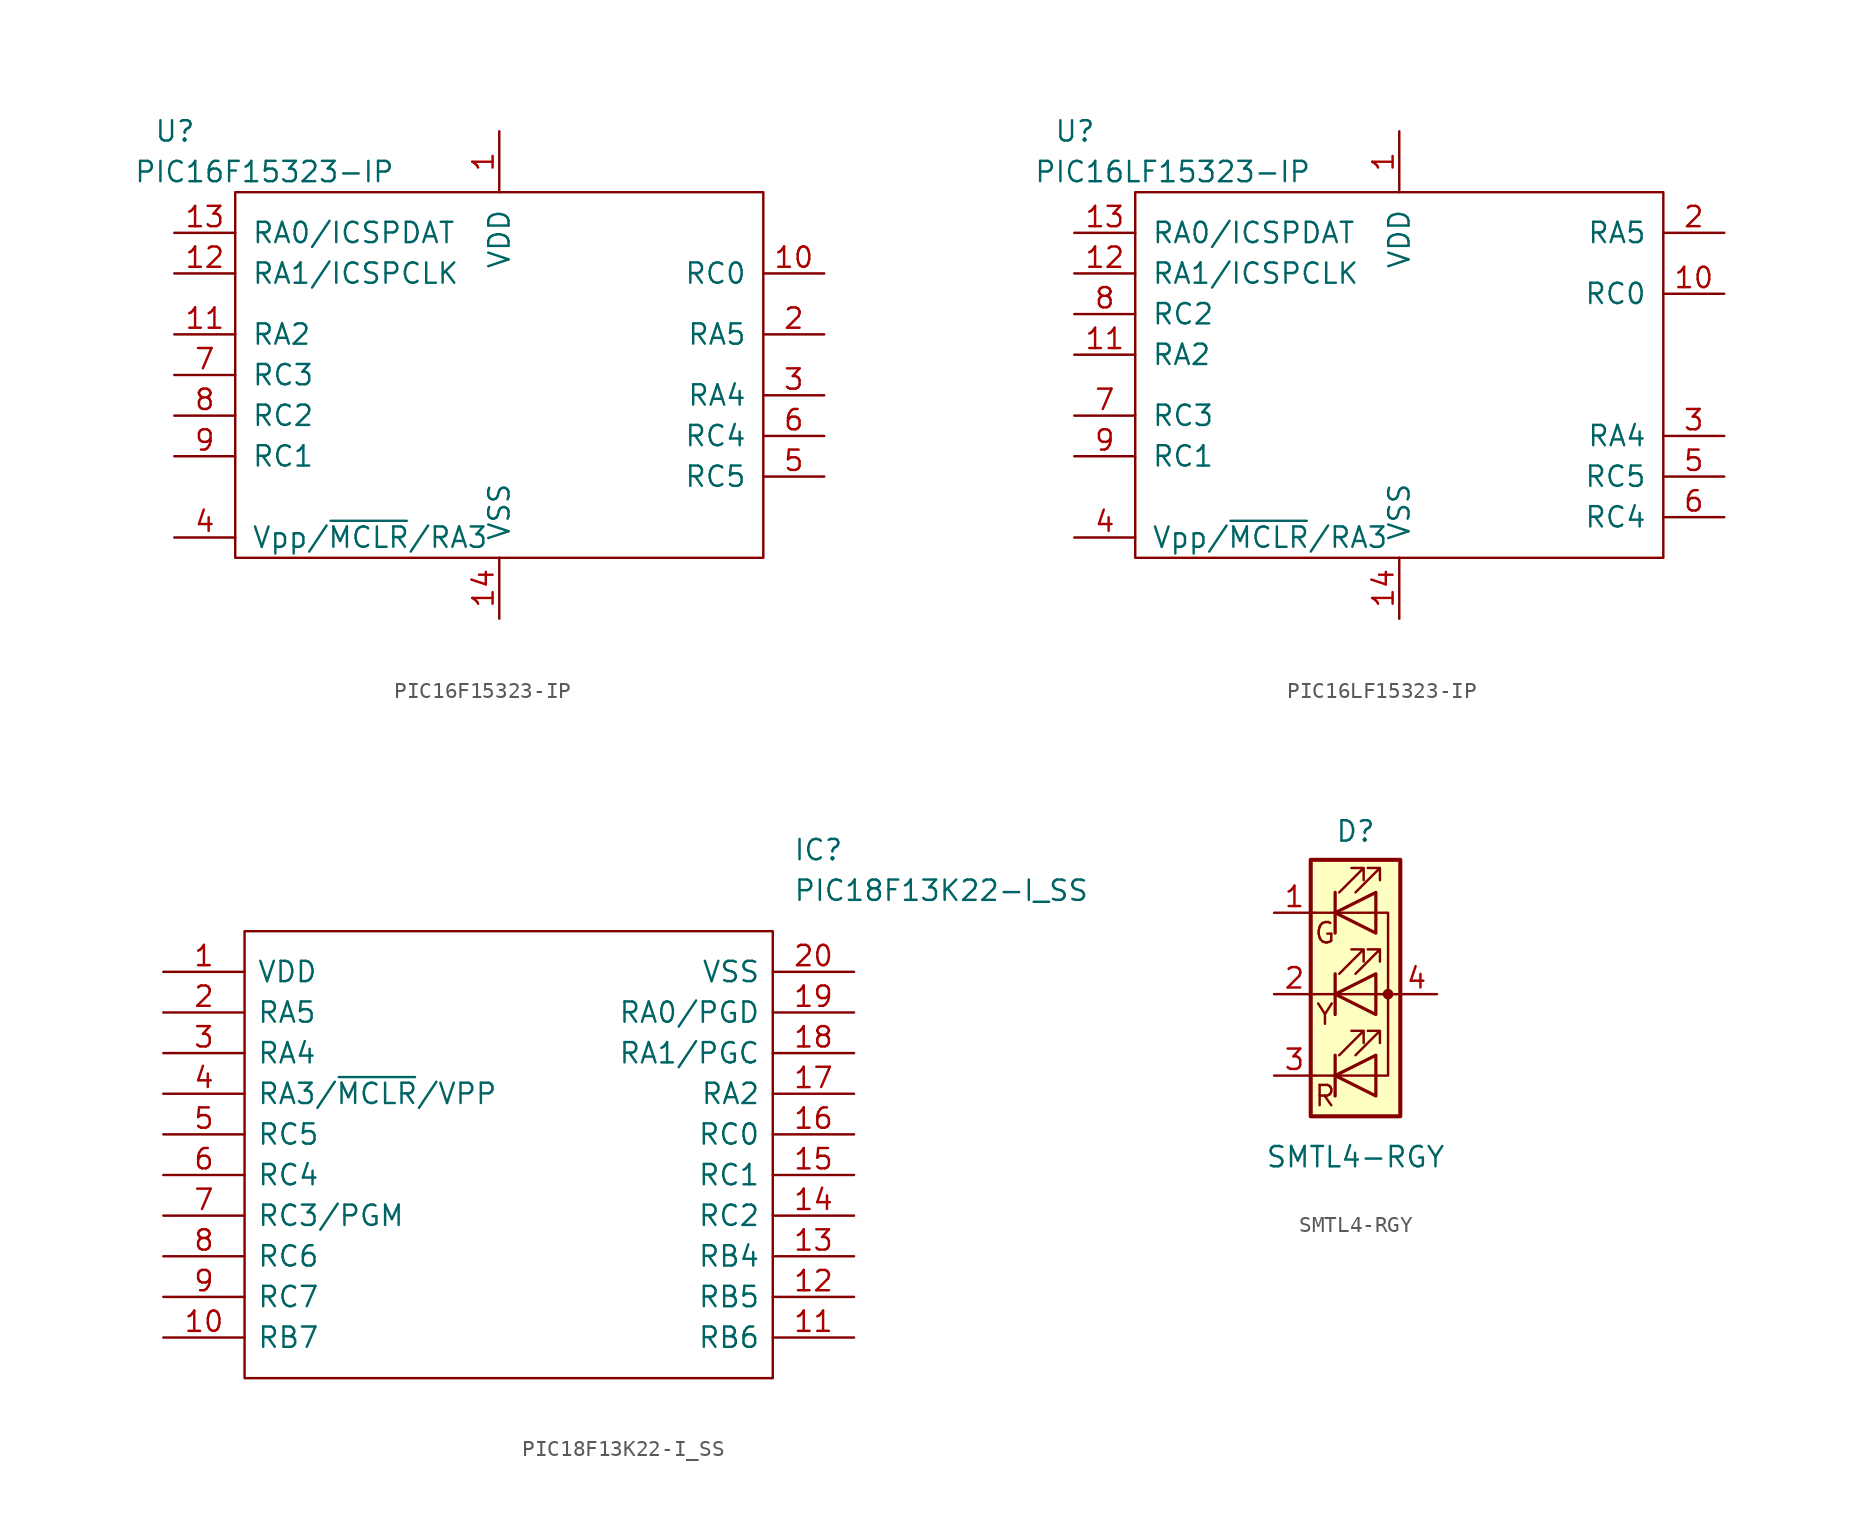
<source format=kicad_sym>
(kicad_symbol_lib
  (version 20211014)
  (generator kicad_symbol_editor)
  (symbol "PIC16F15323-IP"
    (pin_names
      (offset 1.016))
    (property "Reference" "U"
      (at -21.59 15.24 0)
      (effects (font (size 1.27 1.27)) (justify left)))
    (property "Value" "PIC16F15323-IP"
      (at -22.86 12.7 0)
      (effects (font (size 1.27 1.27)) (justify left)))
    (symbol "PIC16F15323-IP_0_1"
      (rectangle (start -16.51 11.43) (end 16.51 -11.43) (stroke (width 0) (type default) (color 0 0 0 0)) (fill (type none))))
    (symbol "PIC16F15323-IP_1_1"
      (pin power_in line (at 0 15.24 270) (length 3.81) (name "VDD" (effects (font (size 1.27 1.27)))) (number "1" (effects (font (size 1.27 1.27)))))
      (pin bidirectional line (at 20.32 6.35 180) (length 3.81) (name "RC0" (effects (font (size 1.27 1.27)))) (number "10" (effects (font (size 1.27 1.27)))))
      (pin bidirectional line (at -20.32 2.54 0) (length 3.81) (name "RA2" (effects (font (size 1.27 1.27)))) (number "11" (effects (font (size 1.27 1.27)))))
      (pin bidirectional line (at -20.32 6.35 0) (length 3.81) (name "RA1/ICSPCLK" (effects (font (size 1.27 1.27)))) (number "12" (effects (font (size 1.27 1.27)))))
      (pin bidirectional line (at -20.32 8.89 0) (length 3.81) (name "RA0/ICSPDAT" (effects (font (size 1.27 1.27)))) (number "13" (effects (font (size 1.27 1.27)))))
      (pin power_in line (at 0 -15.24 90) (length 3.81) (name "VSS" (effects (font (size 1.27 1.27)))) (number "14" (effects (font (size 1.27 1.27)))))
      (pin bidirectional line (at 20.32 2.54 180) (length 3.81) (name "RA5" (effects (font (size 1.27 1.27)))) (number "2" (effects (font (size 1.27 1.27)))))
      (pin bidirectional line (at 20.32 -1.27 180) (length 3.81) (name "RA4" (effects (font (size 1.27 1.27)))) (number "3" (effects (font (size 1.27 1.27)))))
      (pin input line (at -20.32 -10.16 0) (length 3.81) (name "Vpp/~{MCLR}/RA3" (effects (font (size 1.27 1.27)))) (number "4" (effects (font (size 1.27 1.27)))))
      (pin bidirectional line (at 20.32 -6.35 180) (length 3.81) (name "RC5" (effects (font (size 1.27 1.27)))) (number "5" (effects (font (size 1.27 1.27)))))
      (pin bidirectional line (at 20.32 -3.81 180) (length 3.81) (name "RC4" (effects (font (size 1.27 1.27)))) (number "6" (effects (font (size 1.27 1.27)))))
      (pin bidirectional line (at -20.32 0 0) (length 3.81) (name "RC3" (effects (font (size 1.27 1.27)))) (number "7" (effects (font (size 1.27 1.27)))))
      (pin bidirectional line (at -20.32 -2.54 0) (length 3.81) (name "RC2" (effects (font (size 1.27 1.27)))) (number "8" (effects (font (size 1.27 1.27)))))
      (pin bidirectional line (at -20.32 -5.08 0) (length 3.81) (name "RC1" (effects (font (size 1.27 1.27)))) (number "9" (effects (font (size 1.27 1.27)))))))
  (symbol "PIC16LF15323-IP"
    (pin_names
      (offset 1.016))
    (property "Reference" "U"
      (at -21.59 15.24 0)
      (effects (font (size 1.27 1.27)) (justify left)))
    (property "Value" "PIC16LF15323-IP"
      (at -22.86 12.7 0)
      (effects (font (size 1.27 1.27)) (justify left)))
    (symbol "PIC16LF15323-IP_0_1"
      (rectangle (start -16.51 11.43) (end 16.51 -11.43) (stroke (width 0) (type default) (color 0 0 0 0)) (fill (type none))))
    (symbol "PIC16LF15323-IP_1_1"
      (pin power_in line (at 0 15.24 270) (length 3.81) (name "VDD" (effects (font (size 1.27 1.27)))) (number "1" (effects (font (size 1.27 1.27)))))
      (pin bidirectional line (at 20.32 5.08 180) (length 3.81) (name "RC0" (effects (font (size 1.27 1.27)))) (number "10" (effects (font (size 1.27 1.27)))))
      (pin bidirectional line (at -20.32 1.27 0) (length 3.81) (name "RA2" (effects (font (size 1.27 1.27)))) (number "11" (effects (font (size 1.27 1.27)))))
      (pin bidirectional line (at -20.32 6.35 0) (length 3.81) (name "RA1/ICSPCLK" (effects (font (size 1.27 1.27)))) (number "12" (effects (font (size 1.27 1.27)))))
      (pin bidirectional line (at -20.32 8.89 0) (length 3.81) (name "RA0/ICSPDAT" (effects (font (size 1.27 1.27)))) (number "13" (effects (font (size 1.27 1.27)))))
      (pin power_in line (at 0 -15.24 90) (length 3.81) (name "VSS" (effects (font (size 1.27 1.27)))) (number "14" (effects (font (size 1.27 1.27)))))
      (pin bidirectional line (at 20.32 8.89 180) (length 3.81) (name "RA5" (effects (font (size 1.27 1.27)))) (number "2" (effects (font (size 1.27 1.27)))))
      (pin bidirectional line (at 20.32 -3.81 180) (length 3.81) (name "RA4" (effects (font (size 1.27 1.27)))) (number "3" (effects (font (size 1.27 1.27)))))
      (pin input line (at -20.32 -10.16 0) (length 3.81) (name "Vpp/~{MCLR}/RA3" (effects (font (size 1.27 1.27)))) (number "4" (effects (font (size 1.27 1.27)))))
      (pin bidirectional line (at 20.32 -6.35 180) (length 3.81) (name "RC5" (effects (font (size 1.27 1.27)))) (number "5" (effects (font (size 1.27 1.27)))))
      (pin bidirectional line (at 20.32 -8.89 180) (length 3.81) (name "RC4" (effects (font (size 1.27 1.27)))) (number "6" (effects (font (size 1.27 1.27)))))
      (pin bidirectional line (at -20.32 -2.54 0) (length 3.81) (name "RC3" (effects (font (size 1.27 1.27)))) (number "7" (effects (font (size 1.27 1.27)))))
      (pin bidirectional line (at -20.32 3.81 0) (length 3.81) (name "RC2" (effects (font (size 1.27 1.27)))) (number "8" (effects (font (size 1.27 1.27)))))
      (pin bidirectional line (at -20.32 -5.08 0) (length 3.81) (name "RC1" (effects (font (size 1.27 1.27)))) (number "9" (effects (font (size 1.27 1.27)))))))
  (symbol "PIC18F13K22-I_SS"
    (pin_names
      (offset 0.762))
    (property "Reference" "IC"
      (at 39.37 7.62 0)
      (effects (font (size 1.27 1.27)) (justify left)))
    (property "Value" "PIC18F13K22-I_SS"
      (at 39.37 5.08 0)
      (effects (font (size 1.27 1.27)) (justify left)))
    (symbol "PIC18F13K22-I_SS_0_0"
      (pin power_in line (at 0 0 0) (length 5.08) (name "VDD" (effects (font (size 1.27 1.27)))) (number "1" (effects (font (size 1.27 1.27)))))
      (pin bidirectional line (at 0 -22.86 0) (length 5.08) (name "RB7" (effects (font (size 1.27 1.27)))) (number "10" (effects (font (size 1.27 1.27)))))
      (pin bidirectional line (at 43.18 -22.86 180) (length 5.08) (name "RB6" (effects (font (size 1.27 1.27)))) (number "11" (effects (font (size 1.27 1.27)))))
      (pin bidirectional line (at 43.18 -20.32 180) (length 5.08) (name "RB5" (effects (font (size 1.27 1.27)))) (number "12" (effects (font (size 1.27 1.27)))))
      (pin bidirectional line (at 43.18 -17.78 180) (length 5.08) (name "RB4" (effects (font (size 1.27 1.27)))) (number "13" (effects (font (size 1.27 1.27)))))
      (pin bidirectional line (at 43.18 -15.24 180) (length 5.08) (name "RC2" (effects (font (size 1.27 1.27)))) (number "14" (effects (font (size 1.27 1.27)))))
      (pin bidirectional line (at 43.18 -12.7 180) (length 5.08) (name "RC1" (effects (font (size 1.27 1.27)))) (number "15" (effects (font (size 1.27 1.27)))))
      (pin bidirectional line (at 43.18 -10.16 180) (length 5.08) (name "RC0" (effects (font (size 1.27 1.27)))) (number "16" (effects (font (size 1.27 1.27)))))
      (pin bidirectional line (at 43.18 -7.62 180) (length 5.08) (name "RA2" (effects (font (size 1.27 1.27)))) (number "17" (effects (font (size 1.27 1.27)))))
      (pin bidirectional line (at 43.18 -5.08 180) (length 5.08) (name "RA1/PGC" (effects (font (size 1.27 1.27)))) (number "18" (effects (font (size 1.27 1.27)))))
      (pin bidirectional line (at 43.18 -2.54 180) (length 5.08) (name "RA0/PGD" (effects (font (size 1.27 1.27)))) (number "19" (effects (font (size 1.27 1.27)))))
      (pin bidirectional line (at 0 -2.54 0) (length 5.08) (name "RA5" (effects (font (size 1.27 1.27)))) (number "2" (effects (font (size 1.27 1.27)))))
      (pin power_in line (at 43.18 0 180) (length 5.08) (name "VSS" (effects (font (size 1.27 1.27)))) (number "20" (effects (font (size 1.27 1.27)))))
      (pin bidirectional line (at 0 -5.08 0) (length 5.08) (name "RA4" (effects (font (size 1.27 1.27)))) (number "3" (effects (font (size 1.27 1.27)))))
      (pin bidirectional line (at 0 -7.62 0) (length 5.08) (name "RA3/~{MCLR}/VPP" (effects (font (size 1.27 1.27)))) (number "4" (effects (font (size 1.27 1.27)))))
      (pin bidirectional line (at 0 -10.16 0) (length 5.08) (name "RC5" (effects (font (size 1.27 1.27)))) (number "5" (effects (font (size 1.27 1.27)))))
      (pin bidirectional line (at 0 -12.7 0) (length 5.08) (name "RC4" (effects (font (size 1.27 1.27)))) (number "6" (effects (font (size 1.27 1.27)))))
      (pin bidirectional line (at 0 -15.24 0) (length 5.08) (name "RC3/PGM" (effects (font (size 1.27 1.27)))) (number "7" (effects (font (size 1.27 1.27)))))
      (pin bidirectional line (at 0 -17.78 0) (length 5.08) (name "RC6" (effects (font (size 1.27 1.27)))) (number "8" (effects (font (size 1.27 1.27)))))
      (pin bidirectional line (at 0 -20.32 0) (length 5.08) (name "RC7" (effects (font (size 1.27 1.27)))) (number "9" (effects (font (size 1.27 1.27))))))
    (symbol "PIC18F13K22-I_SS_0_1"
      (polyline (pts (xy 5.08 2.54) (xy 38.1 2.54) (xy 38.1 -25.4) (xy 5.08 -25.4) (xy 5.08 2.54)) (stroke (width 0.152) (type default) (color 0 0 0 0)) (fill (type none)))))
  (symbol "SMTL4-RGY"
    (pin_names
      (offset 0) hide)
    (property "Reference" "D"
      (at 0 10.16 0)
      (effects (font (size 1.27 1.27))))
    (property "Value" "SMTL4-RGY"
      (at 0 -10.16 0)
      (effects (font (size 1.27 1.27))))
    (symbol "SMTL4-RGY_1_0"
      (text "G" (at -1.905 3.81 0) (effects (font (size 1.27 1.27))))
      (text "R" (at -1.905 -6.35 0) (effects (font (size 1.27 1.27))))
      (text "Y" (at -1.905 -1.27 0) (effects (font (size 1.27 1.27)))))
    (symbol "SMTL4-RGY_1_1"
      (polyline (pts (xy -2.54 -5.08) (xy 1.27 -5.08)) (stroke (width 0) (type default) (color 0 0 0 0)) (fill (type none)))
      (polyline (pts (xy -1.27 -3.81) (xy -1.27 -6.35)) (stroke (width 0.203) (type default) (color 0 0 0 0)) (fill (type none)))
      (polyline (pts (xy -1.27 1.27) (xy -1.27 -1.27)) (stroke (width 0.203) (type default) (color 0 0 0 0)) (fill (type none)))
      (polyline (pts (xy -1.27 6.35) (xy -1.27 3.81)) (stroke (width 0.203) (type default) (color 0 0 0 0)) (fill (type none)))
      (polyline (pts (xy 1.27 5.08) (xy -2.54 5.08)) (stroke (width 0) (type default) (color 0 0 0 0)) (fill (type none)))
      (polyline (pts (xy 2.54 0) (xy -2.54 0)) (stroke (width 0) (type default) (color 0 0 0 0)) (fill (type none)))
      (polyline (pts (xy 1.27 -5.08) (xy 2.032 -5.08) (xy 2.032 5.08) (xy 1.27 5.08)) (stroke (width 0) (type default) (color 0 0 0 0)) (fill (type none)))
      (polyline (pts (xy 1.27 -3.81) (xy 1.27 -6.35) (xy -1.27 -5.08) (xy 1.27 -3.81)) (stroke (width 0.203) (type default) (color 0 0 0 0)) (fill (type none)))
      (polyline (pts (xy 1.27 1.27) (xy 1.27 -1.27) (xy -1.27 0) (xy 1.27 1.27)) (stroke (width 0.203) (type default) (color 0 0 0 0)) (fill (type none)))
      (polyline (pts (xy 1.27 6.35) (xy 1.27 3.81) (xy -1.27 5.08) (xy 1.27 6.35)) (stroke (width 0.203) (type default) (color 0 0 0 0)) (fill (type none)))
      (polyline (pts (xy -1.016 -3.81) (xy 0.508 -2.286) (xy -0.254 -2.286) (xy 0.508 -2.286) (xy 0.508 -3.048)) (stroke (width 0) (type default) (color 0 0 0 0)) (fill (type none)))
      (polyline (pts (xy -1.016 1.27) (xy 0.508 2.794) (xy -0.254 2.794) (xy 0.508 2.794) (xy 0.508 2.032)) (stroke (width 0) (type default) (color 0 0 0 0)) (fill (type none)))
      (polyline (pts (xy -1.016 6.35) (xy 0.508 7.874) (xy -0.254 7.874) (xy 0.508 7.874) (xy 0.508 7.112)) (stroke (width 0) (type default) (color 0 0 0 0)) (fill (type none)))
      (polyline (pts (xy 0 -3.81) (xy 1.524 -2.286) (xy 0.762 -2.286) (xy 1.524 -2.286) (xy 1.524 -3.048)) (stroke (width 0) (type default) (color 0 0 0 0)) (fill (type none)))
      (polyline (pts (xy 0 1.27) (xy 1.524 2.794) (xy 0.762 2.794) (xy 1.524 2.794) (xy 1.524 2.032)) (stroke (width 0) (type default) (color 0 0 0 0)) (fill (type none)))
      (polyline (pts (xy 0 6.35) (xy 1.524 7.874) (xy 0.762 7.874) (xy 1.524 7.874) (xy 1.524 7.112)) (stroke (width 0) (type default) (color 0 0 0 0)) (fill (type none)))
      (rectangle (start 1.27 6.35) (end 1.27 6.35) (stroke (width 0) (type default) (color 0 0 0 0)) (fill (type none)))
      (circle (center 2.032 0) (radius 0.254) (stroke (width 0) (type default) (color 0 0 0 0)) (fill (type outline)))
      (rectangle (start 2.794 8.382) (end -2.794 -7.62) (stroke (width 0.254) (type default) (color 0 0 0 0)) (fill (type background)))
      (pin passive line (at -5.08 5.08 0) (length 2.54) (name "GK" (effects (font (size 1.27 1.27)))) (number "1" (effects (font (size 1.27 1.27)))))
      (pin passive line (at -5.08 0 0) (length 2.54) (name "YK" (effects (font (size 1.27 1.27)))) (number "2" (effects (font (size 1.27 1.27)))))
      (pin passive line (at -5.08 -5.08 0) (length 2.54) (name "RK" (effects (font (size 1.27 1.27)))) (number "3" (effects (font (size 1.27 1.27)))))
      (pin passive line (at 5.08 0 180) (length 2.54) (name "A" (effects (font (size 1.27 1.27)))) (number "4" (effects (font (size 1.27 1.27))))))))
</source>
